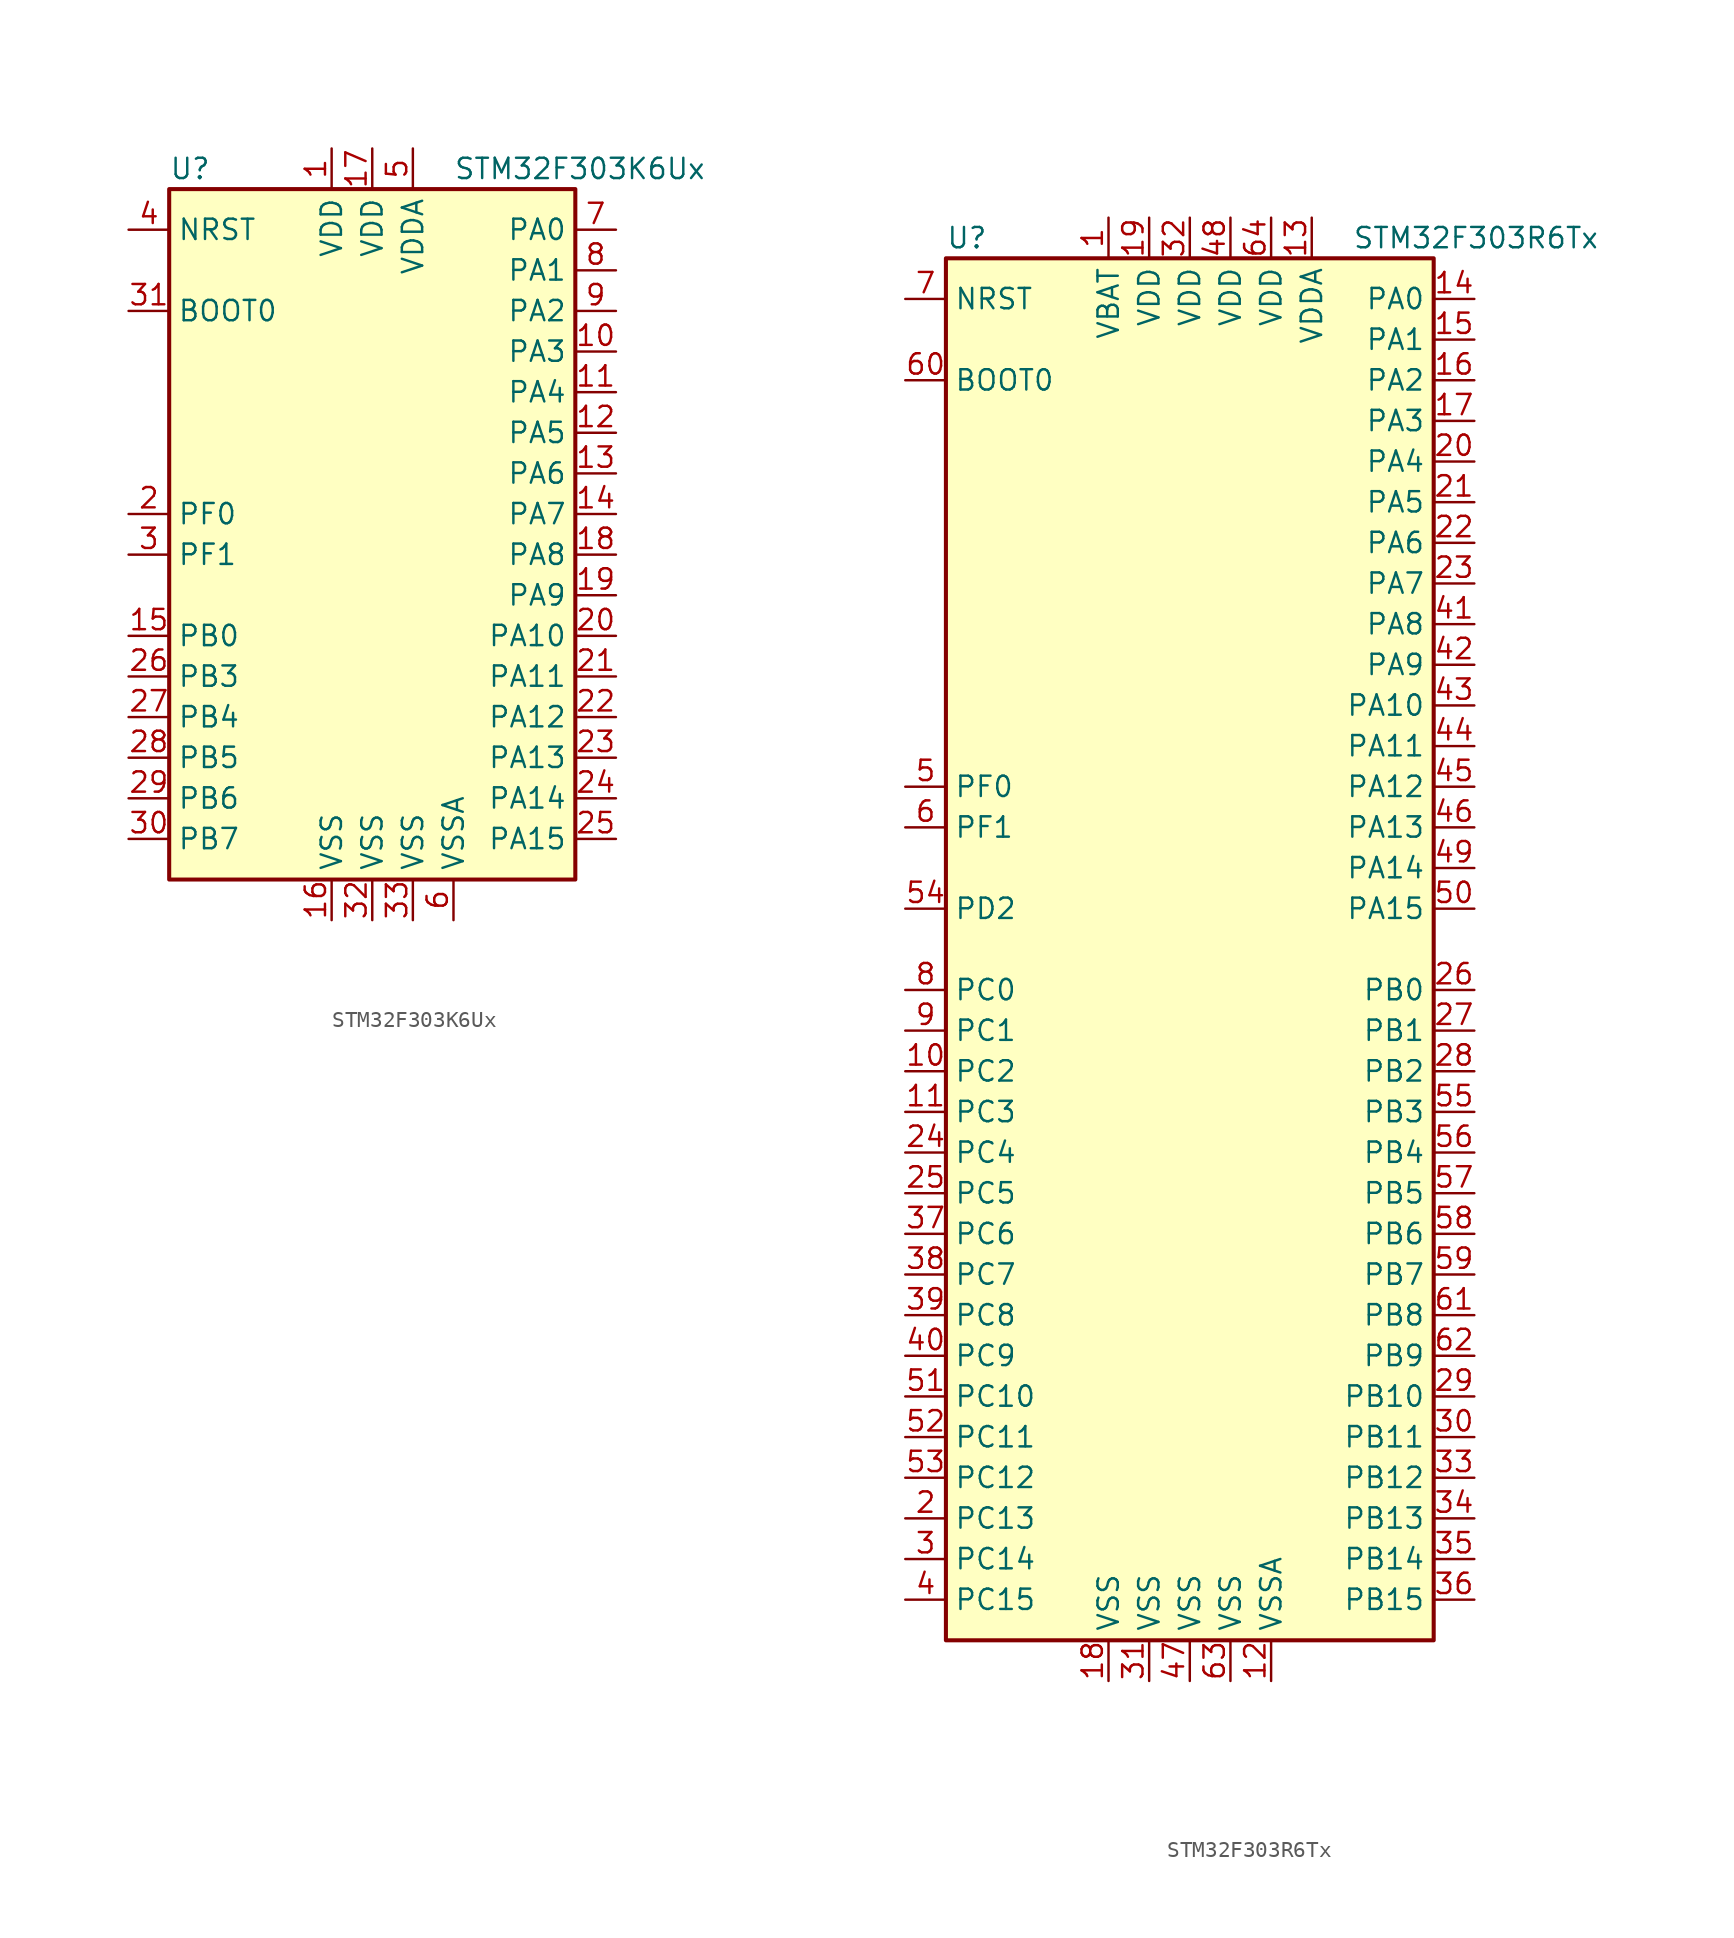
<source format=kicad_sym>
(kicad_symbol_lib
  (version 20201005)
  (generator kicad_symbol_editor)
  (symbol "STM32F303K6Ux"
    (property "Reference" "U"
      (at -12.7 21.59 0)
      (effects (font (size 1.27 1.27)) (justify left)))
    (property "Value" "STM32F303K6Ux"
      (at 5.08 21.59 0)
      (effects (font (size 1.27 1.27)) (justify left)))
    (symbol "STM32F303K6Ux_0_1"
      (rectangle (start -12.7 -22.86) (end 12.7 20.32) (stroke (width 0.254)) (fill (type background))))
    (symbol "STM32F303K6Ux_1_1"
      (pin input line (at -15.24 12.7 0) (length 2.54) (name "BOOT0" (effects (font (size 1.27 1.27)))) (number "31" (effects (font (size 1.27 1.27)))))
      (pin input line (at -15.24 17.78 0) (length 2.54) (name "NRST" (effects (font (size 1.27 1.27)))) (number "4" (effects (font (size 1.27 1.27)))))
      (pin bidirectional line (at 15.24 17.78 180) (length 2.54) (name "PA0" (effects (font (size 1.27 1.27)))) (number "7" (effects (font (size 1.27 1.27)))))
      (pin bidirectional line (at 15.24 15.24 180) (length 2.54) (name "PA1" (effects (font (size 1.27 1.27)))) (number "8" (effects (font (size 1.27 1.27)))))
      (pin bidirectional line (at 15.24 -7.62 180) (length 2.54) (name "PA10" (effects (font (size 1.27 1.27)))) (number "20" (effects (font (size 1.27 1.27)))))
      (pin bidirectional line (at 15.24 -10.16 180) (length 2.54) (name "PA11" (effects (font (size 1.27 1.27)))) (number "21" (effects (font (size 1.27 1.27)))))
      (pin bidirectional line (at 15.24 -12.7 180) (length 2.54) (name "PA12" (effects (font (size 1.27 1.27)))) (number "22" (effects (font (size 1.27 1.27)))))
      (pin bidirectional line (at 15.24 -15.24 180) (length 2.54) (name "PA13" (effects (font (size 1.27 1.27)))) (number "23" (effects (font (size 1.27 1.27)))))
      (pin bidirectional line (at 15.24 -17.78 180) (length 2.54) (name "PA14" (effects (font (size 1.27 1.27)))) (number "24" (effects (font (size 1.27 1.27)))))
      (pin bidirectional line (at 15.24 -20.32 180) (length 2.54) (name "PA15" (effects (font (size 1.27 1.27)))) (number "25" (effects (font (size 1.27 1.27)))))
      (pin bidirectional line (at 15.24 12.7 180) (length 2.54) (name "PA2" (effects (font (size 1.27 1.27)))) (number "9" (effects (font (size 1.27 1.27)))))
      (pin bidirectional line (at 15.24 10.16 180) (length 2.54) (name "PA3" (effects (font (size 1.27 1.27)))) (number "10" (effects (font (size 1.27 1.27)))))
      (pin bidirectional line (at 15.24 7.62 180) (length 2.54) (name "PA4" (effects (font (size 1.27 1.27)))) (number "11" (effects (font (size 1.27 1.27)))))
      (pin bidirectional line (at 15.24 5.08 180) (length 2.54) (name "PA5" (effects (font (size 1.27 1.27)))) (number "12" (effects (font (size 1.27 1.27)))))
      (pin bidirectional line (at 15.24 2.54 180) (length 2.54) (name "PA6" (effects (font (size 1.27 1.27)))) (number "13" (effects (font (size 1.27 1.27)))))
      (pin bidirectional line (at 15.24 0 180) (length 2.54) (name "PA7" (effects (font (size 1.27 1.27)))) (number "14" (effects (font (size 1.27 1.27)))))
      (pin bidirectional line (at 15.24 -2.54 180) (length 2.54) (name "PA8" (effects (font (size 1.27 1.27)))) (number "18" (effects (font (size 1.27 1.27)))))
      (pin bidirectional line (at 15.24 -5.08 180) (length 2.54) (name "PA9" (effects (font (size 1.27 1.27)))) (number "19" (effects (font (size 1.27 1.27)))))
      (pin bidirectional line (at -15.24 -7.62 0) (length 2.54) (name "PB0" (effects (font (size 1.27 1.27)))) (number "15" (effects (font (size 1.27 1.27)))))
      (pin bidirectional line (at -15.24 -10.16 0) (length 2.54) (name "PB3" (effects (font (size 1.27 1.27)))) (number "26" (effects (font (size 1.27 1.27)))))
      (pin bidirectional line (at -15.24 -12.7 0) (length 2.54) (name "PB4" (effects (font (size 1.27 1.27)))) (number "27" (effects (font (size 1.27 1.27)))))
      (pin bidirectional line (at -15.24 -15.24 0) (length 2.54) (name "PB5" (effects (font (size 1.27 1.27)))) (number "28" (effects (font (size 1.27 1.27)))))
      (pin bidirectional line (at -15.24 -17.78 0) (length 2.54) (name "PB6" (effects (font (size 1.27 1.27)))) (number "29" (effects (font (size 1.27 1.27)))))
      (pin bidirectional line (at -15.24 -20.32 0) (length 2.54) (name "PB7" (effects (font (size 1.27 1.27)))) (number "30" (effects (font (size 1.27 1.27)))))
      (pin input line (at -15.24 0 0) (length 2.54) (name "PF0" (effects (font (size 1.27 1.27)))) (number "2" (effects (font (size 1.27 1.27)))))
      (pin input line (at -15.24 -2.54 0) (length 2.54) (name "PF1" (effects (font (size 1.27 1.27)))) (number "3" (effects (font (size 1.27 1.27)))))
      (pin power_in line (at -2.54 22.86 270) (length 2.54) (name "VDD" (effects (font (size 1.27 1.27)))) (number "1" (effects (font (size 1.27 1.27)))))
      (pin power_in line (at 0 22.86 270) (length 2.54) (name "VDD" (effects (font (size 1.27 1.27)))) (number "17" (effects (font (size 1.27 1.27)))))
      (pin power_in line (at 2.54 22.86 270) (length 2.54) (name "VDDA" (effects (font (size 1.27 1.27)))) (number "5" (effects (font (size 1.27 1.27)))))
      (pin power_in line (at -2.54 -25.4 90) (length 2.54) (name "VSS" (effects (font (size 1.27 1.27)))) (number "16" (effects (font (size 1.27 1.27)))))
      (pin power_in line (at 0 -25.4 90) (length 2.54) (name "VSS" (effects (font (size 1.27 1.27)))) (number "32" (effects (font (size 1.27 1.27)))))
      (pin power_in line (at 2.54 -25.4 90) (length 2.54) (name "VSS" (effects (font (size 1.27 1.27)))) (number "33" (effects (font (size 1.27 1.27)))))
      (pin power_in line (at 5.08 -25.4 90) (length 2.54) (name "VSSA" (effects (font (size 1.27 1.27)))) (number "6" (effects (font (size 1.27 1.27)))))))
  (symbol "STM32F303R6Tx"
    (property "Reference" "U"
      (at -15.24 44.45 0)
      (effects (font (size 1.27 1.27)) (justify left)))
    (property "Value" "STM32F303R6Tx"
      (at 10.16 44.45 0)
      (effects (font (size 1.27 1.27)) (justify left)))
    (symbol "STM32F303R6Tx_0_1"
      (rectangle (start -15.24 -43.18) (end 15.24 43.18) (stroke (width 0.254)) (fill (type background))))
    (symbol "STM32F303R6Tx_1_1"
      (pin input line (at -17.78 35.56 0) (length 2.54) (name "BOOT0" (effects (font (size 1.27 1.27)))) (number "60" (effects (font (size 1.27 1.27)))))
      (pin input line (at -17.78 40.64 0) (length 2.54) (name "NRST" (effects (font (size 1.27 1.27)))) (number "7" (effects (font (size 1.27 1.27)))))
      (pin bidirectional line (at 17.78 40.64 180) (length 2.54) (name "PA0" (effects (font (size 1.27 1.27)))) (number "14" (effects (font (size 1.27 1.27)))))
      (pin bidirectional line (at 17.78 38.1 180) (length 2.54) (name "PA1" (effects (font (size 1.27 1.27)))) (number "15" (effects (font (size 1.27 1.27)))))
      (pin bidirectional line (at 17.78 15.24 180) (length 2.54) (name "PA10" (effects (font (size 1.27 1.27)))) (number "43" (effects (font (size 1.27 1.27)))))
      (pin bidirectional line (at 17.78 12.7 180) (length 2.54) (name "PA11" (effects (font (size 1.27 1.27)))) (number "44" (effects (font (size 1.27 1.27)))))
      (pin bidirectional line (at 17.78 10.16 180) (length 2.54) (name "PA12" (effects (font (size 1.27 1.27)))) (number "45" (effects (font (size 1.27 1.27)))))
      (pin bidirectional line (at 17.78 7.62 180) (length 2.54) (name "PA13" (effects (font (size 1.27 1.27)))) (number "46" (effects (font (size 1.27 1.27)))))
      (pin bidirectional line (at 17.78 5.08 180) (length 2.54) (name "PA14" (effects (font (size 1.27 1.27)))) (number "49" (effects (font (size 1.27 1.27)))))
      (pin bidirectional line (at 17.78 2.54 180) (length 2.54) (name "PA15" (effects (font (size 1.27 1.27)))) (number "50" (effects (font (size 1.27 1.27)))))
      (pin bidirectional line (at 17.78 35.56 180) (length 2.54) (name "PA2" (effects (font (size 1.27 1.27)))) (number "16" (effects (font (size 1.27 1.27)))))
      (pin bidirectional line (at 17.78 33.02 180) (length 2.54) (name "PA3" (effects (font (size 1.27 1.27)))) (number "17" (effects (font (size 1.27 1.27)))))
      (pin bidirectional line (at 17.78 30.48 180) (length 2.54) (name "PA4" (effects (font (size 1.27 1.27)))) (number "20" (effects (font (size 1.27 1.27)))))
      (pin bidirectional line (at 17.78 27.94 180) (length 2.54) (name "PA5" (effects (font (size 1.27 1.27)))) (number "21" (effects (font (size 1.27 1.27)))))
      (pin bidirectional line (at 17.78 25.4 180) (length 2.54) (name "PA6" (effects (font (size 1.27 1.27)))) (number "22" (effects (font (size 1.27 1.27)))))
      (pin bidirectional line (at 17.78 22.86 180) (length 2.54) (name "PA7" (effects (font (size 1.27 1.27)))) (number "23" (effects (font (size 1.27 1.27)))))
      (pin bidirectional line (at 17.78 20.32 180) (length 2.54) (name "PA8" (effects (font (size 1.27 1.27)))) (number "41" (effects (font (size 1.27 1.27)))))
      (pin bidirectional line (at 17.78 17.78 180) (length 2.54) (name "PA9" (effects (font (size 1.27 1.27)))) (number "42" (effects (font (size 1.27 1.27)))))
      (pin bidirectional line (at 17.78 -2.54 180) (length 2.54) (name "PB0" (effects (font (size 1.27 1.27)))) (number "26" (effects (font (size 1.27 1.27)))))
      (pin bidirectional line (at 17.78 -5.08 180) (length 2.54) (name "PB1" (effects (font (size 1.27 1.27)))) (number "27" (effects (font (size 1.27 1.27)))))
      (pin bidirectional line (at 17.78 -27.94 180) (length 2.54) (name "PB10" (effects (font (size 1.27 1.27)))) (number "29" (effects (font (size 1.27 1.27)))))
      (pin bidirectional line (at 17.78 -30.48 180) (length 2.54) (name "PB11" (effects (font (size 1.27 1.27)))) (number "30" (effects (font (size 1.27 1.27)))))
      (pin bidirectional line (at 17.78 -33.02 180) (length 2.54) (name "PB12" (effects (font (size 1.27 1.27)))) (number "33" (effects (font (size 1.27 1.27)))))
      (pin bidirectional line (at 17.78 -35.56 180) (length 2.54) (name "PB13" (effects (font (size 1.27 1.27)))) (number "34" (effects (font (size 1.27 1.27)))))
      (pin bidirectional line (at 17.78 -38.1 180) (length 2.54) (name "PB14" (effects (font (size 1.27 1.27)))) (number "35" (effects (font (size 1.27 1.27)))))
      (pin bidirectional line (at 17.78 -40.64 180) (length 2.54) (name "PB15" (effects (font (size 1.27 1.27)))) (number "36" (effects (font (size 1.27 1.27)))))
      (pin bidirectional line (at 17.78 -7.62 180) (length 2.54) (name "PB2" (effects (font (size 1.27 1.27)))) (number "28" (effects (font (size 1.27 1.27)))))
      (pin bidirectional line (at 17.78 -10.16 180) (length 2.54) (name "PB3" (effects (font (size 1.27 1.27)))) (number "55" (effects (font (size 1.27 1.27)))))
      (pin bidirectional line (at 17.78 -12.7 180) (length 2.54) (name "PB4" (effects (font (size 1.27 1.27)))) (number "56" (effects (font (size 1.27 1.27)))))
      (pin bidirectional line (at 17.78 -15.24 180) (length 2.54) (name "PB5" (effects (font (size 1.27 1.27)))) (number "57" (effects (font (size 1.27 1.27)))))
      (pin bidirectional line (at 17.78 -17.78 180) (length 2.54) (name "PB6" (effects (font (size 1.27 1.27)))) (number "58" (effects (font (size 1.27 1.27)))))
      (pin bidirectional line (at 17.78 -20.32 180) (length 2.54) (name "PB7" (effects (font (size 1.27 1.27)))) (number "59" (effects (font (size 1.27 1.27)))))
      (pin bidirectional line (at 17.78 -22.86 180) (length 2.54) (name "PB8" (effects (font (size 1.27 1.27)))) (number "61" (effects (font (size 1.27 1.27)))))
      (pin bidirectional line (at 17.78 -25.4 180) (length 2.54) (name "PB9" (effects (font (size 1.27 1.27)))) (number "62" (effects (font (size 1.27 1.27)))))
      (pin bidirectional line (at -17.78 -2.54 0) (length 2.54) (name "PC0" (effects (font (size 1.27 1.27)))) (number "8" (effects (font (size 1.27 1.27)))))
      (pin bidirectional line (at -17.78 -5.08 0) (length 2.54) (name "PC1" (effects (font (size 1.27 1.27)))) (number "9" (effects (font (size 1.27 1.27)))))
      (pin bidirectional line (at -17.78 -27.94 0) (length 2.54) (name "PC10" (effects (font (size 1.27 1.27)))) (number "51" (effects (font (size 1.27 1.27)))))
      (pin bidirectional line (at -17.78 -30.48 0) (length 2.54) (name "PC11" (effects (font (size 1.27 1.27)))) (number "52" (effects (font (size 1.27 1.27)))))
      (pin bidirectional line (at -17.78 -33.02 0) (length 2.54) (name "PC12" (effects (font (size 1.27 1.27)))) (number "53" (effects (font (size 1.27 1.27)))))
      (pin bidirectional line (at -17.78 -35.56 0) (length 2.54) (name "PC13" (effects (font (size 1.27 1.27)))) (number "2" (effects (font (size 1.27 1.27)))))
      (pin bidirectional line (at -17.78 -38.1 0) (length 2.54) (name "PC14" (effects (font (size 1.27 1.27)))) (number "3" (effects (font (size 1.27 1.27)))))
      (pin bidirectional line (at -17.78 -40.64 0) (length 2.54) (name "PC15" (effects (font (size 1.27 1.27)))) (number "4" (effects (font (size 1.27 1.27)))))
      (pin bidirectional line (at -17.78 -7.62 0) (length 2.54) (name "PC2" (effects (font (size 1.27 1.27)))) (number "10" (effects (font (size 1.27 1.27)))))
      (pin bidirectional line (at -17.78 -10.16 0) (length 2.54) (name "PC3" (effects (font (size 1.27 1.27)))) (number "11" (effects (font (size 1.27 1.27)))))
      (pin bidirectional line (at -17.78 -12.7 0) (length 2.54) (name "PC4" (effects (font (size 1.27 1.27)))) (number "24" (effects (font (size 1.27 1.27)))))
      (pin bidirectional line (at -17.78 -15.24 0) (length 2.54) (name "PC5" (effects (font (size 1.27 1.27)))) (number "25" (effects (font (size 1.27 1.27)))))
      (pin bidirectional line (at -17.78 -17.78 0) (length 2.54) (name "PC6" (effects (font (size 1.27 1.27)))) (number "37" (effects (font (size 1.27 1.27)))))
      (pin bidirectional line (at -17.78 -20.32 0) (length 2.54) (name "PC7" (effects (font (size 1.27 1.27)))) (number "38" (effects (font (size 1.27 1.27)))))
      (pin bidirectional line (at -17.78 -22.86 0) (length 2.54) (name "PC8" (effects (font (size 1.27 1.27)))) (number "39" (effects (font (size 1.27 1.27)))))
      (pin bidirectional line (at -17.78 -25.4 0) (length 2.54) (name "PC9" (effects (font (size 1.27 1.27)))) (number "40" (effects (font (size 1.27 1.27)))))
      (pin bidirectional line (at -17.78 2.54 0) (length 2.54) (name "PD2" (effects (font (size 1.27 1.27)))) (number "54" (effects (font (size 1.27 1.27)))))
      (pin input line (at -17.78 10.16 0) (length 2.54) (name "PF0" (effects (font (size 1.27 1.27)))) (number "5" (effects (font (size 1.27 1.27)))))
      (pin input line (at -17.78 7.62 0) (length 2.54) (name "PF1" (effects (font (size 1.27 1.27)))) (number "6" (effects (font (size 1.27 1.27)))))
      (pin power_in line (at -5.08 45.72 270) (length 2.54) (name "VBAT" (effects (font (size 1.27 1.27)))) (number "1" (effects (font (size 1.27 1.27)))))
      (pin power_in line (at -2.54 45.72 270) (length 2.54) (name "VDD" (effects (font (size 1.27 1.27)))) (number "19" (effects (font (size 1.27 1.27)))))
      (pin power_in line (at 0 45.72 270) (length 2.54) (name "VDD" (effects (font (size 1.27 1.27)))) (number "32" (effects (font (size 1.27 1.27)))))
      (pin power_in line (at 2.54 45.72 270) (length 2.54) (name "VDD" (effects (font (size 1.27 1.27)))) (number "48" (effects (font (size 1.27 1.27)))))
      (pin power_in line (at 5.08 45.72 270) (length 2.54) (name "VDD" (effects (font (size 1.27 1.27)))) (number "64" (effects (font (size 1.27 1.27)))))
      (pin power_in line (at 7.62 45.72 270) (length 2.54) (name "VDDA" (effects (font (size 1.27 1.27)))) (number "13" (effects (font (size 1.27 1.27)))))
      (pin power_in line (at -5.08 -45.72 90) (length 2.54) (name "VSS" (effects (font (size 1.27 1.27)))) (number "18" (effects (font (size 1.27 1.27)))))
      (pin power_in line (at -2.54 -45.72 90) (length 2.54) (name "VSS" (effects (font (size 1.27 1.27)))) (number "31" (effects (font (size 1.27 1.27)))))
      (pin power_in line (at 0 -45.72 90) (length 2.54) (name "VSS" (effects (font (size 1.27 1.27)))) (number "47" (effects (font (size 1.27 1.27)))))
      (pin power_in line (at 2.54 -45.72 90) (length 2.54) (name "VSS" (effects (font (size 1.27 1.27)))) (number "63" (effects (font (size 1.27 1.27)))))
      (pin power_in line (at 5.08 -45.72 90) (length 2.54) (name "VSSA" (effects (font (size 1.27 1.27)))) (number "12" (effects (font (size 1.27 1.27))))))))
</source>
